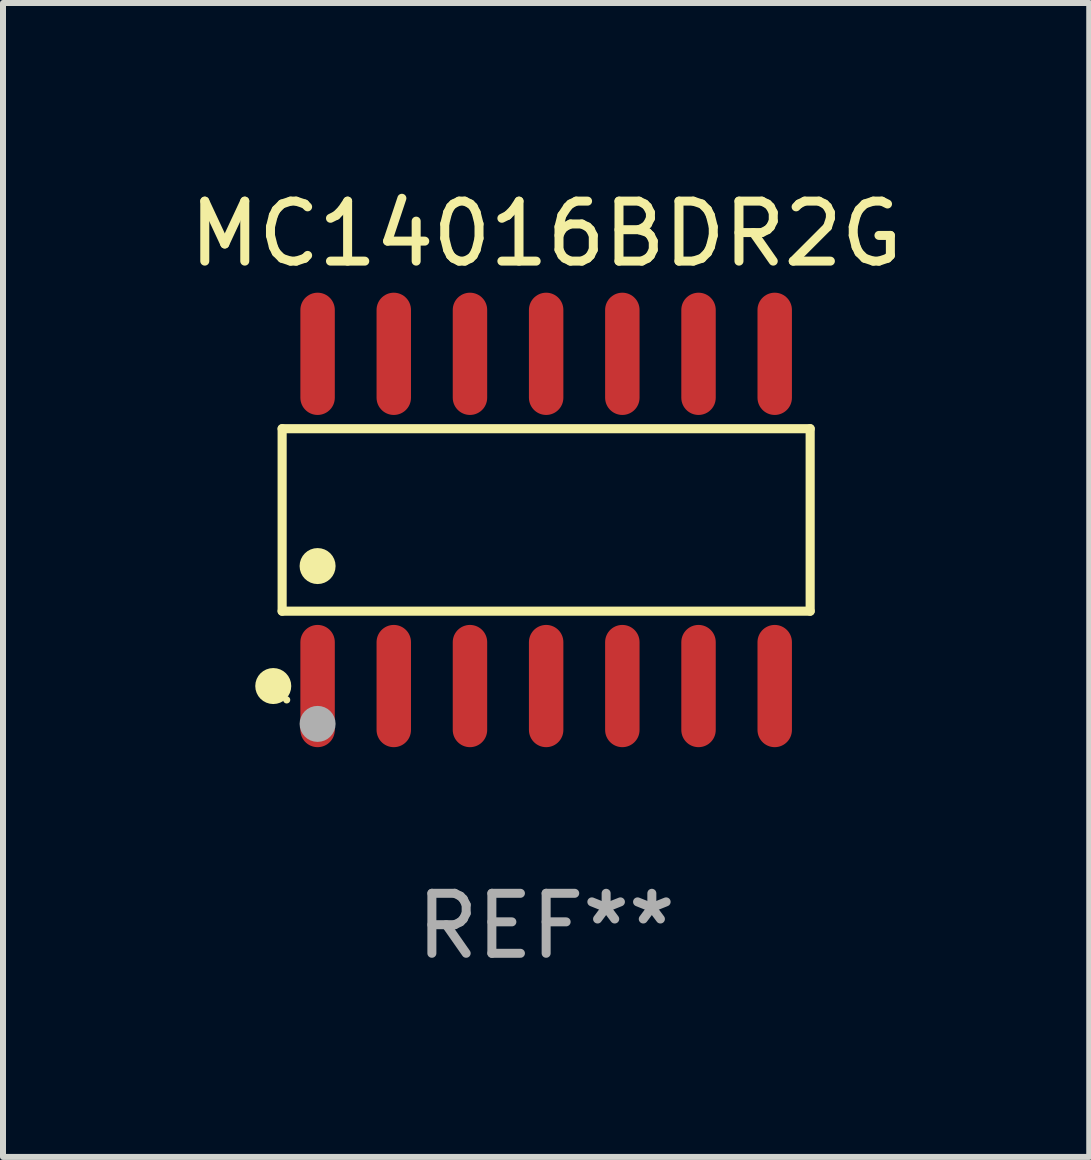
<source format=kicad_pcb>
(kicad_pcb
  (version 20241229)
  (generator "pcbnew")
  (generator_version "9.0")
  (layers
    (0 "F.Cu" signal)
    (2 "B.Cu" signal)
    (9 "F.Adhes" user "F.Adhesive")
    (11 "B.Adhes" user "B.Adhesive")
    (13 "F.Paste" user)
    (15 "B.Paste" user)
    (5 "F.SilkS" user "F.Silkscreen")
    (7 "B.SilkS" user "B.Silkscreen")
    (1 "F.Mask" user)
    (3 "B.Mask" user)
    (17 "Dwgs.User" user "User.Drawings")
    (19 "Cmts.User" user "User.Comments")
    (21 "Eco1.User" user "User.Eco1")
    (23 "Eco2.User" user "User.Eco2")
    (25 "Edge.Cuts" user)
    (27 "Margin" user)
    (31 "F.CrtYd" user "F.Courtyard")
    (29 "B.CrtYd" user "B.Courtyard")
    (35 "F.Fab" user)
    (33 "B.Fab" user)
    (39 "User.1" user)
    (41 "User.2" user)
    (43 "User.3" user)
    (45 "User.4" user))
  (footprint "MC14016BDR2G"
    (layer "F.Cu")
    (at 6.054 5.617)
    (property "Reference" "MC14016BDR2G" (at 0 -4.769 0) (layer "F.SilkS") (effects (font (size 1 1) (thickness 0.15))))
    (attr through_hole)
    (fp_line (start -4.401 -1.521) (end 4.401 -1.521) (stroke (width 0.152) (type solid)) (layer "F.SilkS"))
    (fp_line (start -4.401 1.521) (end -4.401 -1.521) (stroke (width 0.152) (type solid)) (layer "F.SilkS"))
    (fp_line (start 4.401 -1.521) (end 4.401 1.521) (stroke (width 0.152) (type solid)) (layer "F.SilkS"))
    (fp_line (start 4.401 1.521) (end -4.401 1.521) (stroke (width 0.152) (type solid)) (layer "F.SilkS"))
    (fp_circle (center -4.549 2.769) (end -4.399 2.769) (stroke (width 0.3) (type solid)) (fill no) (layer "F.SilkS"))
    (fp_circle (center -4.325 3) (end -4.295 3) (stroke (width 0.06) (type solid)) (fill no) (layer "F.SilkS"))
    (fp_circle (center -3.81 0.769) (end -3.66 0.769) (stroke (width 0.3) (type solid)) (fill no) (layer "F.SilkS"))
    (fp_circle (center -3.81 3.4) (end -3.66 3.4) (stroke (width 0.3) (type solid)) (fill no) (layer "F.Fab"))
    (fp_text user "REF**" (at 0 6.769 0) (layer "F.Fab") (effects (font (size 1 1) (thickness 0.15))))
    (pad "1" smd oval (at -3.81 2.769) (size 0.574 2.038) (layers "F.Cu" "F.Mask" "F.Paste"))
    (pad "2" smd oval (at -2.54 2.769) (size 0.574 2.038) (layers "F.Cu" "F.Mask" "F.Paste"))
    (pad "3" smd oval (at -1.27 2.769) (size 0.574 2.038) (layers "F.Cu" "F.Mask" "F.Paste"))
    (pad "4" smd oval (at 0 2.769) (size 0.574 2.038) (layers "F.Cu" "F.Mask" "F.Paste"))
    (pad "5" smd oval (at 1.27 2.769) (size 0.574 2.038) (layers "F.Cu" "F.Mask" "F.Paste"))
    (pad "6" smd oval (at 2.54 2.769) (size 0.574 2.038) (layers "F.Cu" "F.Mask" "F.Paste"))
    (pad "7" smd oval (at 3.81 2.769) (size 0.574 2.038) (layers "F.Cu" "F.Mask" "F.Paste"))
    (pad "8" smd oval (at 3.81 -2.769) (size 0.574 2.038) (layers "F.Cu" "F.Mask" "F.Paste"))
    (pad "9" smd oval (at 2.54 -2.769) (size 0.574 2.038) (layers "F.Cu" "F.Mask" "F.Paste"))
    (pad "10" smd oval (at 1.27 -2.769) (size 0.574 2.038) (layers "F.Cu" "F.Mask" "F.Paste"))
    (pad "11" smd oval (at 0 -2.769) (size 0.574 2.038) (layers "F.Cu" "F.Mask" "F.Paste"))
    (pad "12" smd oval (at -1.27 -2.769) (size 0.574 2.038) (layers "F.Cu" "F.Mask" "F.Paste"))
    (pad "13" smd oval (at -2.54 -2.769) (size 0.574 2.038) (layers "F.Cu" "F.Mask" "F.Paste"))
    (pad "14" smd oval (at -3.81 -2.769) (size 0.574 2.038) (layers "F.Cu" "F.Mask" "F.Paste")))
  (gr_rect
    (start -3 -3)
    (end 15.107 16.235)
    (stroke (width 0.1) (type default))
    (fill no)
    (layer "Edge.Cuts")))
</source>
